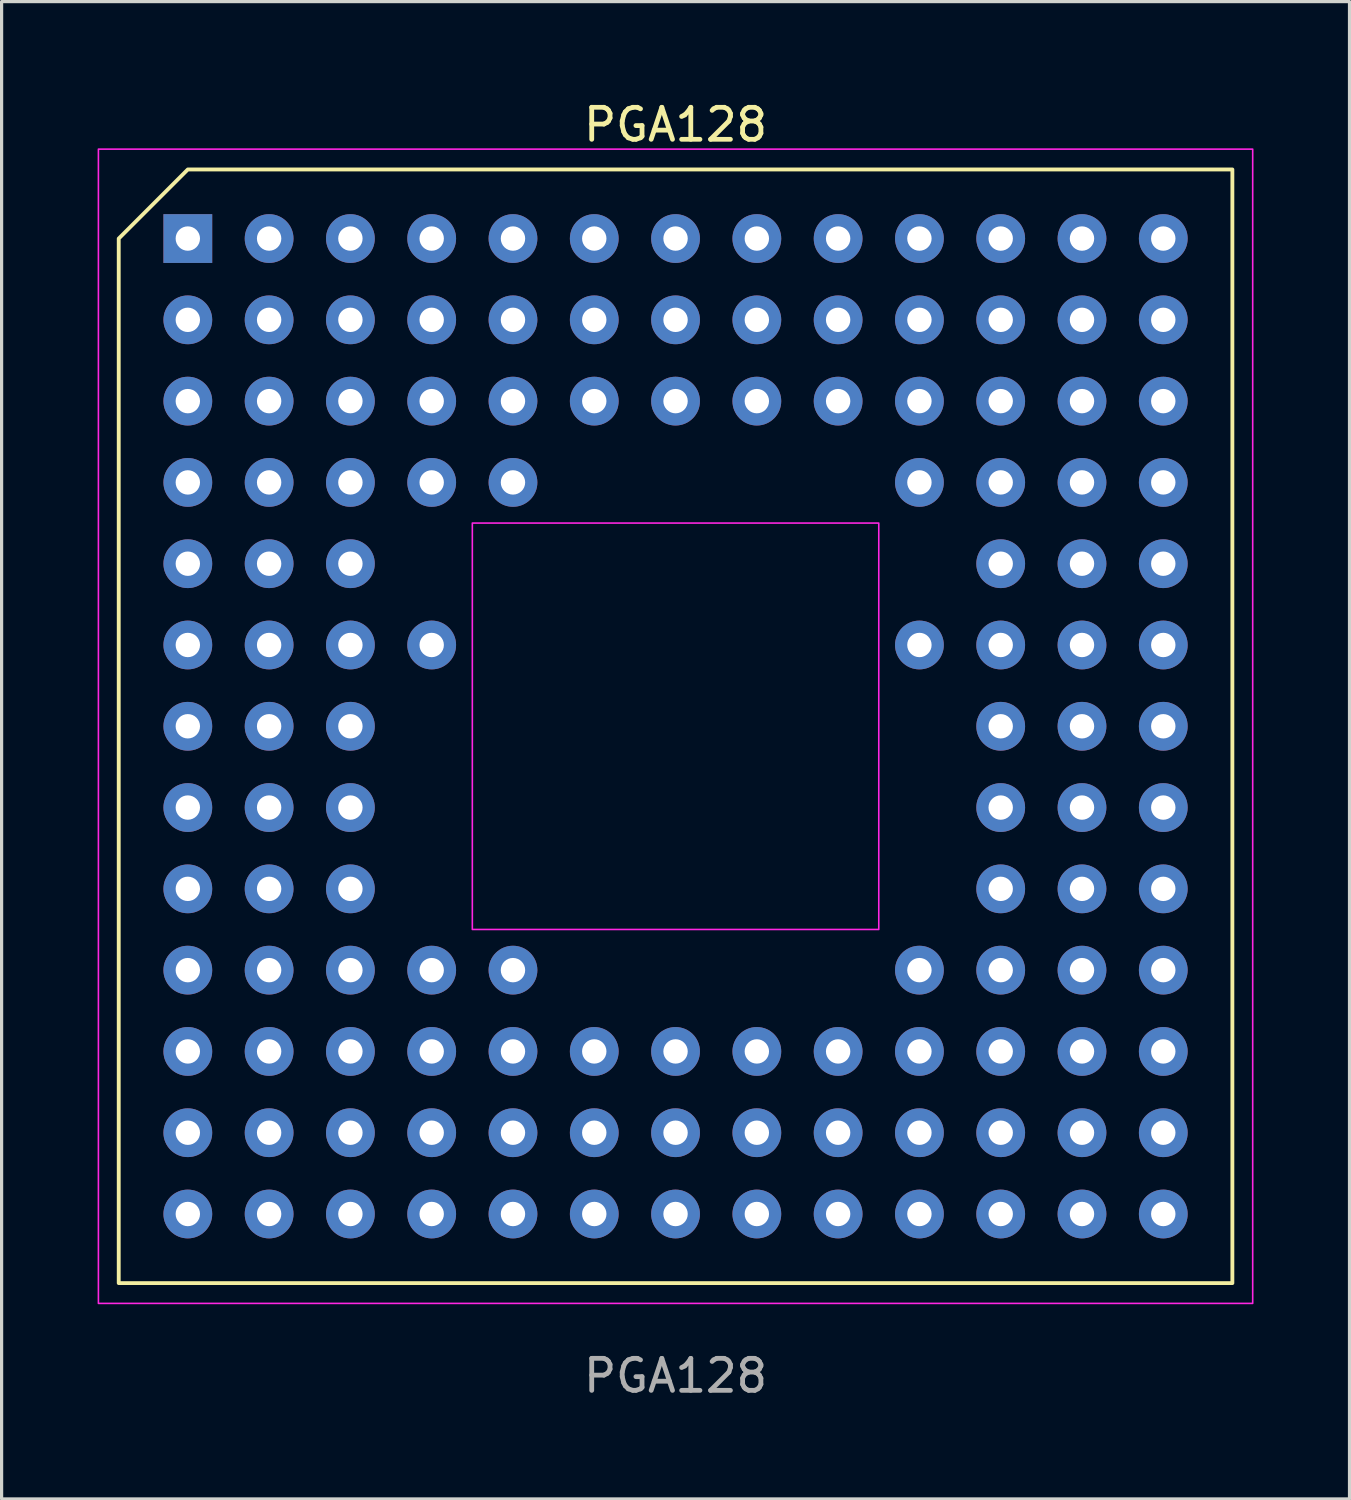
<source format=kicad_pcb>
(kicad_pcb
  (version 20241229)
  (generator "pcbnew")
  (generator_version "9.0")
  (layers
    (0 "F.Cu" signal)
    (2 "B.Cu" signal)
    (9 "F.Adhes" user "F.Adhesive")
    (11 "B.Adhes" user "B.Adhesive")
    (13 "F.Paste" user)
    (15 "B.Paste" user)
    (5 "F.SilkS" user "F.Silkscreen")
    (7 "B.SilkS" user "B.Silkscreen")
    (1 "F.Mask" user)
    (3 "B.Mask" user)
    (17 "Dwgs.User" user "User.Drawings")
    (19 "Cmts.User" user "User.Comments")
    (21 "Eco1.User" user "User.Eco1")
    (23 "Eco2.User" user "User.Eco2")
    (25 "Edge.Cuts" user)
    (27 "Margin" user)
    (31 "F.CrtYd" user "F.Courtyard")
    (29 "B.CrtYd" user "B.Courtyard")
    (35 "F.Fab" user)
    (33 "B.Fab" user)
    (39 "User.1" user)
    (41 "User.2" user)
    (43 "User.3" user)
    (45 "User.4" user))
  (footprint "PGA128"
    (layer "F.Cu")
    (at 18.059 19.644)
    (property "Reference" "PGA128" (at 0 -18.796 0) (unlocked yes) (layer "F.SilkS") (effects (font (size 1 1) (thickness 0.15))))
    (attr through_hole)
    (fp_poly (pts (xy 17.399 -17.399) (xy 17.399 17.399) (xy -17.399 17.399) (xy -17.399 -15.24) (xy -15.24 -17.399)) (stroke (width 0.12) (type solid)) (fill no) (layer "F.SilkS"))
    (fp_rect (start -18.034 -18.034) (end 18.034 18.034) (stroke (width 0.05) (type default)) (fill no) (layer "F.CrtYd"))
    (fp_rect (start 6.35 6.35) (end -6.35 -6.35) (stroke (width 0.05) (type default)) (fill no) (layer "F.CrtYd"))
    (fp_text user "${REFERENCE}" (at 0 20.296 0) (unlocked yes) (layer "F.Fab") (effects (font (size 1 1) (thickness 0.15))))
    (pad "A01" thru_hole rect (at -15.24 -15.24 180) (size 1.524 1.524) (drill 0.762) (layers "*.Cu" "*.Mask"))
    (pad "A02" thru_hole circle (at -12.7 -15.24 180) (size 1.524 1.524) (drill 0.762) (layers "*.Cu" "*.Mask"))
    (pad "A03" thru_hole circle (at -10.16 -15.24 180) (size 1.524 1.524) (drill 0.762) (layers "*.Cu" "*.Mask"))
    (pad "A04" thru_hole circle (at -7.62 -15.24 180) (size 1.524 1.524) (drill 0.762) (layers "*.Cu" "*.Mask"))
    (pad "A05" thru_hole circle (at -5.08 -15.24 180) (size 1.524 1.524) (drill 0.762) (layers "*.Cu" "*.Mask"))
    (pad "A06" thru_hole circle (at -2.54 -15.24 180) (size 1.524 1.524) (drill 0.762) (layers "*.Cu" "*.Mask"))
    (pad "A07" thru_hole circle (at 0 -15.24 180) (size 1.524 1.524) (drill 0.762) (layers "*.Cu" "*.Mask"))
    (pad "A08" thru_hole circle (at 2.54 -15.24 180) (size 1.524 1.524) (drill 0.762) (layers "*.Cu" "*.Mask"))
    (pad "A09" thru_hole circle (at 5.08 -15.24 180) (size 1.524 1.524) (drill 0.762) (layers "*.Cu" "*.Mask"))
    (pad "A10" thru_hole circle (at 7.62 -15.24 180) (size 1.524 1.524) (drill 0.762) (layers "*.Cu" "*.Mask"))
    (pad "A11" thru_hole circle (at 10.16 -15.24 180) (size 1.524 1.524) (drill 0.762) (layers "*.Cu" "*.Mask"))
    (pad "A12" thru_hole circle (at 12.7 -15.24 180) (size 1.524 1.524) (drill 0.762) (layers "*.Cu" "*.Mask"))
    (pad "A13" thru_hole circle (at 15.24 -15.24 180) (size 1.524 1.524) (drill 0.762) (layers "*.Cu" "*.Mask"))
    (pad "B01" thru_hole circle (at -15.24 -12.7 180) (size 1.524 1.524) (drill 0.762) (layers "*.Cu" "*.Mask"))
    (pad "B02" thru_hole circle (at -12.7 -12.7 180) (size 1.524 1.524) (drill 0.762) (layers "*.Cu" "*.Mask"))
    (pad "B03" thru_hole circle (at -10.16 -12.7 180) (size 1.524 1.524) (drill 0.762) (layers "*.Cu" "*.Mask"))
    (pad "B04" thru_hole circle (at -7.62 -12.7 180) (size 1.524 1.524) (drill 0.762) (layers "*.Cu" "*.Mask"))
    (pad "B05" thru_hole circle (at -5.08 -12.7 180) (size 1.524 1.524) (drill 0.762) (layers "*.Cu" "*.Mask"))
    (pad "B06" thru_hole circle (at -2.54 -12.7 180) (size 1.524 1.524) (drill 0.762) (layers "*.Cu" "*.Mask"))
    (pad "B07" thru_hole circle (at 0 -12.7 180) (size 1.524 1.524) (drill 0.762) (layers "*.Cu" "*.Mask"))
    (pad "B08" thru_hole circle (at 2.54 -12.7 180) (size 1.524 1.524) (drill 0.762) (layers "*.Cu" "*.Mask"))
    (pad "B09" thru_hole circle (at 5.08 -12.7 180) (size 1.524 1.524) (drill 0.762) (layers "*.Cu" "*.Mask"))
    (pad "B10" thru_hole circle (at 7.62 -12.7 180) (size 1.524 1.524) (drill 0.762) (layers "*.Cu" "*.Mask"))
    (pad "B11" thru_hole circle (at 10.16 -12.7 180) (size 1.524 1.524) (drill 0.762) (layers "*.Cu" "*.Mask"))
    (pad "B12" thru_hole circle (at 12.7 -12.7 180) (size 1.524 1.524) (drill 0.762) (layers "*.Cu" "*.Mask"))
    (pad "B13" thru_hole circle (at 15.24 -12.7 180) (size 1.524 1.524) (drill 0.762) (layers "*.Cu" "*.Mask"))
    (pad "C01" thru_hole circle (at -15.24 -10.16 180) (size 1.524 1.524) (drill 0.762) (layers "*.Cu" "*.Mask"))
    (pad "C02" thru_hole circle (at -12.7 -10.16 180) (size 1.524 1.524) (drill 0.762) (layers "*.Cu" "*.Mask"))
    (pad "C03" thru_hole circle (at -10.16 -10.16 180) (size 1.524 1.524) (drill 0.762) (layers "*.Cu" "*.Mask"))
    (pad "C04" thru_hole circle (at -7.62 -10.16 180) (size 1.524 1.524) (drill 0.762) (layers "*.Cu" "*.Mask"))
    (pad "C05" thru_hole circle (at -5.08 -10.16 180) (size 1.524 1.524) (drill 0.762) (layers "*.Cu" "*.Mask"))
    (pad "C06" thru_hole circle (at -2.54 -10.16 180) (size 1.524 1.524) (drill 0.762) (layers "*.Cu" "*.Mask"))
    (pad "C07" thru_hole circle (at 0 -10.16 180) (size 1.524 1.524) (drill 0.762) (layers "*.Cu" "*.Mask"))
    (pad "C08" thru_hole circle (at 2.54 -10.16 180) (size 1.524 1.524) (drill 0.762) (layers "*.Cu" "*.Mask"))
    (pad "C09" thru_hole circle (at 5.08 -10.16 180) (size 1.524 1.524) (drill 0.762) (layers "*.Cu" "*.Mask"))
    (pad "C10" thru_hole circle (at 7.62 -10.16 180) (size 1.524 1.524) (drill 0.762) (layers "*.Cu" "*.Mask"))
    (pad "C11" thru_hole circle (at 10.16 -10.16 180) (size 1.524 1.524) (drill 0.762) (layers "*.Cu" "*.Mask"))
    (pad "C12" thru_hole circle (at 12.7 -10.16 180) (size 1.524 1.524) (drill 0.762) (layers "*.Cu" "*.Mask"))
    (pad "C13" thru_hole circle (at 15.24 -10.16 180) (size 1.524 1.524) (drill 0.762) (layers "*.Cu" "*.Mask"))
    (pad "D01" thru_hole circle (at -15.24 -7.62 180) (size 1.524 1.524) (drill 0.762) (layers "*.Cu" "*.Mask"))
    (pad "D02" thru_hole circle (at -12.7 -7.62 180) (size 1.524 1.524) (drill 0.762) (layers "*.Cu" "*.Mask"))
    (pad "D03" thru_hole circle (at -10.16 -7.62) (size 1.524 1.524) (drill 0.762) (layers "*.Cu" "*.Mask"))
    (pad "D04" thru_hole circle (at -7.62 -7.62 180) (size 1.524 1.524) (drill 0.762) (layers "*.Cu" "*.Mask"))
    (pad "D05" thru_hole circle (at -5.08 -7.62 180) (size 1.524 1.524) (drill 0.762) (layers "*.Cu" "*.Mask"))
    (pad "D10" thru_hole circle (at 7.62 -7.62 180) (size 1.524 1.524) (drill 0.762) (layers "*.Cu" "*.Mask"))
    (pad "D11" thru_hole circle (at 10.16 -7.62 180) (size 1.524 1.524) (drill 0.762) (layers "*.Cu" "*.Mask"))
    (pad "D12" thru_hole circle (at 12.7 -7.62 180) (size 1.524 1.524) (drill 0.762) (layers "*.Cu" "*.Mask"))
    (pad "D13" thru_hole circle (at 15.24 -7.62 180) (size 1.524 1.524) (drill 0.762) (layers "*.Cu" "*.Mask"))
    (pad "E01" thru_hole circle (at -15.24 -5.08 180) (size 1.524 1.524) (drill 0.762) (layers "*.Cu" "*.Mask"))
    (pad "E02" thru_hole circle (at -12.7 -5.08 180) (size 1.524 1.524) (drill 0.762) (layers "*.Cu" "*.Mask"))
    (pad "E03" thru_hole circle (at -10.16 -5.08 180) (size 1.524 1.524) (drill 0.762) (layers "*.Cu" "*.Mask"))
    (pad "E11" thru_hole circle (at 10.16 -5.08 180) (size 1.524 1.524) (drill 0.762) (layers "*.Cu" "*.Mask"))
    (pad "E12" thru_hole circle (at 12.7 -5.08 180) (size 1.524 1.524) (drill 0.762) (layers "*.Cu" "*.Mask"))
    (pad "E13" thru_hole circle (at 15.24 -5.08 180) (size 1.524 1.524) (drill 0.762) (layers "*.Cu" "*.Mask"))
    (pad "F01" thru_hole circle (at -15.24 -2.54 180) (size 1.524 1.524) (drill 0.762) (layers "*.Cu" "*.Mask"))
    (pad "F02" thru_hole circle (at -12.7 -2.54 180) (size 1.524 1.524) (drill 0.762) (layers "*.Cu" "*.Mask"))
    (pad "F03" thru_hole circle (at -10.16 -2.54 180) (size 1.524 1.524) (drill 0.762) (layers "*.Cu" "*.Mask"))
    (pad "F04" thru_hole circle (at -7.62 -2.54 180) (size 1.524 1.524) (drill 0.762) (layers "*.Cu" "*.Mask"))
    (pad "F10" thru_hole circle (at 7.62 -2.54 180) (size 1.524 1.524) (drill 0.762) (layers "*.Cu" "*.Mask"))
    (pad "F11" thru_hole circle (at 10.16 -2.54 180) (size 1.524 1.524) (drill 0.762) (layers "*.Cu" "*.Mask"))
    (pad "F12" thru_hole circle (at 12.7 -2.54 180) (size 1.524 1.524) (drill 0.762) (layers "*.Cu" "*.Mask"))
    (pad "F13" thru_hole circle (at 15.24 -2.54 180) (size 1.524 1.524) (drill 0.762) (layers "*.Cu" "*.Mask"))
    (pad "G01" thru_hole circle (at -15.24 0 180) (size 1.524 1.524) (drill 0.762) (layers "*.Cu" "*.Mask"))
    (pad "G02" thru_hole circle (at -12.7 0 180) (size 1.524 1.524) (drill 0.762) (layers "*.Cu" "*.Mask"))
    (pad "G03" thru_hole circle (at -10.16 0 180) (size 1.524 1.524) (drill 0.762) (layers "*.Cu" "*.Mask"))
    (pad "G11" thru_hole circle (at 10.16 0 180) (size 1.524 1.524) (drill 0.762) (layers "*.Cu" "*.Mask"))
    (pad "G12" thru_hole circle (at 12.7 0 180) (size 1.524 1.524) (drill 0.762) (layers "*.Cu" "*.Mask"))
    (pad "G13" thru_hole circle (at 15.24 0 180) (size 1.524 1.524) (drill 0.762) (layers "*.Cu" "*.Mask"))
    (pad "H01" thru_hole circle (at -15.24 2.54 180) (size 1.524 1.524) (drill 0.762) (layers "*.Cu" "*.Mask"))
    (pad "H02" thru_hole circle (at -12.7 2.54 180) (size 1.524 1.524) (drill 0.762) (layers "*.Cu" "*.Mask"))
    (pad "H03" thru_hole circle (at -10.16 2.54 180) (size 1.524 1.524) (drill 0.762) (layers "*.Cu" "*.Mask"))
    (pad "H11" thru_hole circle (at 10.16 2.54 180) (size 1.524 1.524) (drill 0.762) (layers "*.Cu" "*.Mask"))
    (pad "H12" thru_hole circle (at 12.7 2.54 180) (size 1.524 1.524) (drill 0.762) (layers "*.Cu" "*.Mask"))
    (pad "H13" thru_hole circle (at 15.24 2.54 180) (size 1.524 1.524) (drill 0.762) (layers "*.Cu" "*.Mask"))
    (pad "J01" thru_hole circle (at -15.24 5.08 180) (size 1.524 1.524) (drill 0.762) (layers "*.Cu" "*.Mask"))
    (pad "J02" thru_hole circle (at -12.7 5.08 180) (size 1.524 1.524) (drill 0.762) (layers "*.Cu" "*.Mask"))
    (pad "J03" thru_hole circle (at -10.16 5.08 180) (size 1.524 1.524) (drill 0.762) (layers "*.Cu" "*.Mask"))
    (pad "J11" thru_hole circle (at 10.16 5.08 180) (size 1.524 1.524) (drill 0.762) (layers "*.Cu" "*.Mask"))
    (pad "J12" thru_hole circle (at 12.7 5.08 180) (size 1.524 1.524) (drill 0.762) (layers "*.Cu" "*.Mask"))
    (pad "J13" thru_hole circle (at 15.24 5.08 180) (size 1.524 1.524) (drill 0.762) (layers "*.Cu" "*.Mask"))
    (pad "K01" thru_hole circle (at -15.24 7.62 180) (size 1.524 1.524) (drill 0.762) (layers "*.Cu" "*.Mask"))
    (pad "K02" thru_hole circle (at -12.7 7.62 180) (size 1.524 1.524) (drill 0.762) (layers "*.Cu" "*.Mask"))
    (pad "K03" thru_hole circle (at -10.16 7.62 180) (size 1.524 1.524) (drill 0.762) (layers "*.Cu" "*.Mask"))
    (pad "K04" thru_hole circle (at -7.62 7.62 180) (size 1.524 1.524) (drill 0.762) (layers "*.Cu" "*.Mask"))
    (pad "K05" thru_hole circle (at -5.08 7.62 180) (size 1.524 1.524) (drill 0.762) (layers "*.Cu" "*.Mask"))
    (pad "K10" thru_hole circle (at 7.62 7.62 180) (size 1.524 1.524) (drill 0.762) (layers "*.Cu" "*.Mask"))
    (pad "K11" thru_hole circle (at 10.16 7.62 180) (size 1.524 1.524) (drill 0.762) (layers "*.Cu" "*.Mask"))
    (pad "K12" thru_hole circle (at 12.7 7.62 180) (size 1.524 1.524) (drill 0.762) (layers "*.Cu" "*.Mask"))
    (pad "K13" thru_hole circle (at 15.24 7.62 180) (size 1.524 1.524) (drill 0.762) (layers "*.Cu" "*.Mask"))
    (pad "L01" thru_hole circle (at -15.24 10.16 180) (size 1.524 1.524) (drill 0.762) (layers "*.Cu" "*.Mask"))
    (pad "L02" thru_hole circle (at -12.7 10.16 180) (size 1.524 1.524) (drill 0.762) (layers "*.Cu" "*.Mask"))
    (pad "L03" thru_hole circle (at -10.16 10.16 180) (size 1.524 1.524) (drill 0.762) (layers "*.Cu" "*.Mask"))
    (pad "L04" thru_hole circle (at -7.62 10.16 180) (size 1.524 1.524) (drill 0.762) (layers "*.Cu" "*.Mask"))
    (pad "L05" thru_hole circle (at -5.08 10.16 180) (size 1.524 1.524) (drill 0.762) (layers "*.Cu" "*.Mask"))
    (pad "L06" thru_hole circle (at -2.54 10.16 180) (size 1.524 1.524) (drill 0.762) (layers "*.Cu" "*.Mask"))
    (pad "L07" thru_hole circle (at 0 10.16 180) (size 1.524 1.524) (drill 0.762) (layers "*.Cu" "*.Mask"))
    (pad "L08" thru_hole circle (at 2.54 10.16 180) (size 1.524 1.524) (drill 0.762) (layers "*.Cu" "*.Mask"))
    (pad "L09" thru_hole circle (at 5.08 10.16 180) (size 1.524 1.524) (drill 0.762) (layers "*.Cu" "*.Mask"))
    (pad "L10" thru_hole circle (at 7.62 10.16 180) (size 1.524 1.524) (drill 0.762) (layers "*.Cu" "*.Mask"))
    (pad "L11" thru_hole circle (at 10.16 10.16 180) (size 1.524 1.524) (drill 0.762) (layers "*.Cu" "*.Mask"))
    (pad "L12" thru_hole circle (at 12.7 10.16 180) (size 1.524 1.524) (drill 0.762) (layers "*.Cu" "*.Mask"))
    (pad "L13" thru_hole circle (at 15.24 10.16 180) (size 1.524 1.524) (drill 0.762) (layers "*.Cu" "*.Mask"))
    (pad "M01" thru_hole circle (at -15.24 12.7 180) (size 1.524 1.524) (drill 0.762) (layers "*.Cu" "*.Mask"))
    (pad "M02" thru_hole circle (at -12.7 12.7 180) (size 1.524 1.524) (drill 0.762) (layers "*.Cu" "*.Mask"))
    (pad "M03" thru_hole circle (at -10.16 12.7 180) (size 1.524 1.524) (drill 0.762) (layers "*.Cu" "*.Mask"))
    (pad "M04" thru_hole circle (at -7.62 12.7 180) (size 1.524 1.524) (drill 0.762) (layers "*.Cu" "*.Mask"))
    (pad "M05" thru_hole circle (at -5.08 12.7 180) (size 1.524 1.524) (drill 0.762) (layers "*.Cu" "*.Mask"))
    (pad "M06" thru_hole circle (at -2.54 12.7 180) (size 1.524 1.524) (drill 0.762) (layers "*.Cu" "*.Mask"))
    (pad "M07" thru_hole circle (at 0 12.7 180) (size 1.524 1.524) (drill 0.762) (layers "*.Cu" "*.Mask"))
    (pad "M08" thru_hole circle (at 2.54 12.7 180) (size 1.524 1.524) (drill 0.762) (layers "*.Cu" "*.Mask"))
    (pad "M09" thru_hole circle (at 5.08 12.7 180) (size 1.524 1.524) (drill 0.762) (layers "*.Cu" "*.Mask"))
    (pad "M10" thru_hole circle (at 7.62 12.7 180) (size 1.524 1.524) (drill 0.762) (layers "*.Cu" "*.Mask"))
    (pad "M11" thru_hole circle (at 10.16 12.7 180) (size 1.524 1.524) (drill 0.762) (layers "*.Cu" "*.Mask"))
    (pad "M12" thru_hole circle (at 12.7 12.7 180) (size 1.524 1.524) (drill 0.762) (layers "*.Cu" "*.Mask"))
    (pad "M13" thru_hole circle (at 15.24 12.7 180) (size 1.524 1.524) (drill 0.762) (layers "*.Cu" "*.Mask"))
    (pad "N01" thru_hole circle (at -15.24 15.24 180) (size 1.524 1.524) (drill 0.762) (layers "*.Cu" "*.Mask"))
    (pad "N02" thru_hole circle (at -12.7 15.24 180) (size 1.524 1.524) (drill 0.762) (layers "*.Cu" "*.Mask"))
    (pad "N03" thru_hole circle (at -10.16 15.24 180) (size 1.524 1.524) (drill 0.762) (layers "*.Cu" "*.Mask"))
    (pad "N04" thru_hole circle (at -7.62 15.24 180) (size 1.524 1.524) (drill 0.762) (layers "*.Cu" "*.Mask"))
    (pad "N05" thru_hole circle (at -5.08 15.24 180) (size 1.524 1.524) (drill 0.762) (layers "*.Cu" "*.Mask"))
    (pad "N06" thru_hole circle (at -2.54 15.24 180) (size 1.524 1.524) (drill 0.762) (layers "*.Cu" "*.Mask"))
    (pad "N07" thru_hole circle (at 0 15.24 180) (size 1.524 1.524) (drill 0.762) (layers "*.Cu" "*.Mask"))
    (pad "N08" thru_hole circle (at 2.54 15.24 180) (size 1.524 1.524) (drill 0.762) (layers "*.Cu" "*.Mask"))
    (pad "N09" thru_hole circle (at 5.08 15.24 180) (size 1.524 1.524) (drill 0.762) (layers "*.Cu" "*.Mask"))
    (pad "N10" thru_hole circle (at 7.62 15.24 180) (size 1.524 1.524) (drill 0.762) (layers "*.Cu" "*.Mask"))
    (pad "N11" thru_hole circle (at 10.16 15.24 180) (size 1.524 1.524) (drill 0.762) (layers "*.Cu" "*.Mask"))
    (pad "N12" thru_hole circle (at 12.7 15.24 180) (size 1.524 1.524) (drill 0.762) (layers "*.Cu" "*.Mask"))
    (pad "N13" thru_hole circle (at 15.24 15.24 180) (size 1.524 1.524) (drill 0.762) (layers "*.Cu" "*.Mask")))
  (gr_rect
    (start -3 -3)
    (end 39.118 43.788)
    (stroke (width 0.1) (type default))
    (fill no)
    (layer "Edge.Cuts")))
</source>
